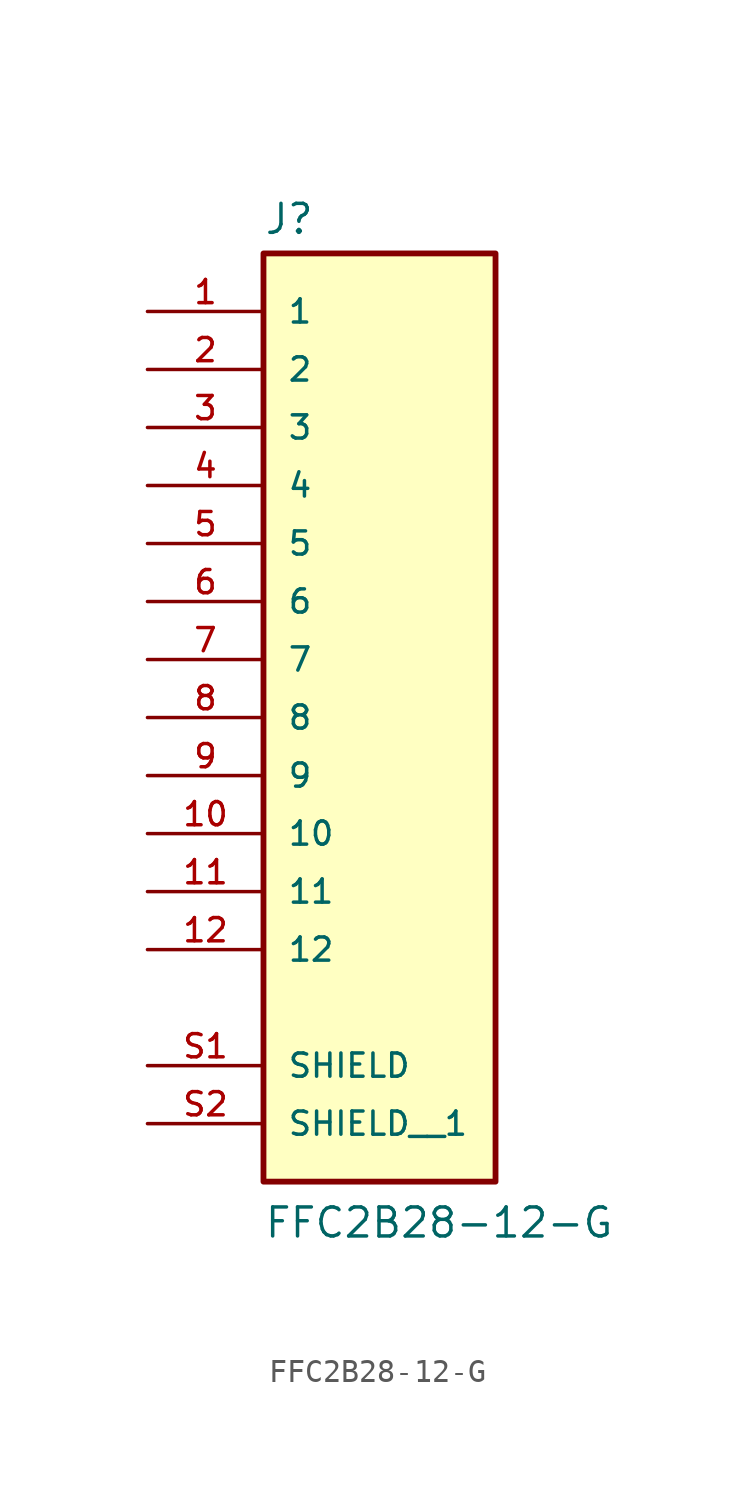
<source format=kicad_sym>
(kicad_symbol_lib
  (version 20211014)
  (generator kicad_symbol_editor)
  (symbol "FFC2B28-12-G"
    (pin_names
      (offset 1.016))
    (property "Reference" "J"
      (at -5.08 18.542 0)
      (effects (font (size 1.27 1.27)) (justify bottom left)))
    (property "Value" "FFC2B28-12-G"
      (at -5.08 -25.4 0)
      (effects (font (size 1.27 1.27)) (justify bottom left)))
    (symbol "FFC2B28-12-G_0_0"
      (rectangle (start -5.08 -22.86) (end 5.08 17.78) (stroke (width 0.254)) (fill (type background)))
      (pin passive line (at -10.16 15.24 0) (length 5.08) (name "1" (effects (font (size 1.016 1.016)))) (number "1" (effects (font (size 1.016 1.016)))))
      (pin passive line (at -10.16 12.7 0) (length 5.08) (name "2" (effects (font (size 1.016 1.016)))) (number "2" (effects (font (size 1.016 1.016)))))
      (pin passive line (at -10.16 10.16 0) (length 5.08) (name "3" (effects (font (size 1.016 1.016)))) (number "3" (effects (font (size 1.016 1.016)))))
      (pin passive line (at -10.16 7.62 0) (length 5.08) (name "4" (effects (font (size 1.016 1.016)))) (number "4" (effects (font (size 1.016 1.016)))))
      (pin passive line (at -10.16 -17.78 0) (length 5.08) (name "SHIELD" (effects (font (size 1.016 1.016)))) (number "S1" (effects (font (size 1.016 1.016)))))
      (pin passive line (at -10.16 5.08 0) (length 5.08) (name "5" (effects (font (size 1.016 1.016)))) (number "5" (effects (font (size 1.016 1.016)))))
      (pin passive line (at -10.16 2.54 0) (length 5.08) (name "6" (effects (font (size 1.016 1.016)))) (number "6" (effects (font (size 1.016 1.016)))))
      (pin passive line (at -10.16 0.0 0) (length 5.08) (name "7" (effects (font (size 1.016 1.016)))) (number "7" (effects (font (size 1.016 1.016)))))
      (pin passive line (at -10.16 -2.54 0) (length 5.08) (name "8" (effects (font (size 1.016 1.016)))) (number "8" (effects (font (size 1.016 1.016)))))
      (pin passive line (at -10.16 -5.08 0) (length 5.08) (name "9" (effects (font (size 1.016 1.016)))) (number "9" (effects (font (size 1.016 1.016)))))
      (pin passive line (at -10.16 -7.62 0) (length 5.08) (name "10" (effects (font (size 1.016 1.016)))) (number "10" (effects (font (size 1.016 1.016)))))
      (pin passive line (at -10.16 -10.16 0) (length 5.08) (name "11" (effects (font (size 1.016 1.016)))) (number "11" (effects (font (size 1.016 1.016)))))
      (pin passive line (at -10.16 -12.7 0) (length 5.08) (name "12" (effects (font (size 1.016 1.016)))) (number "12" (effects (font (size 1.016 1.016)))))
      (pin passive line (at -10.16 -20.32 0) (length 5.08) (name "SHIELD__1" (effects (font (size 1.016 1.016)))) (number "S2" (effects (font (size 1.016 1.016))))))))
</source>
